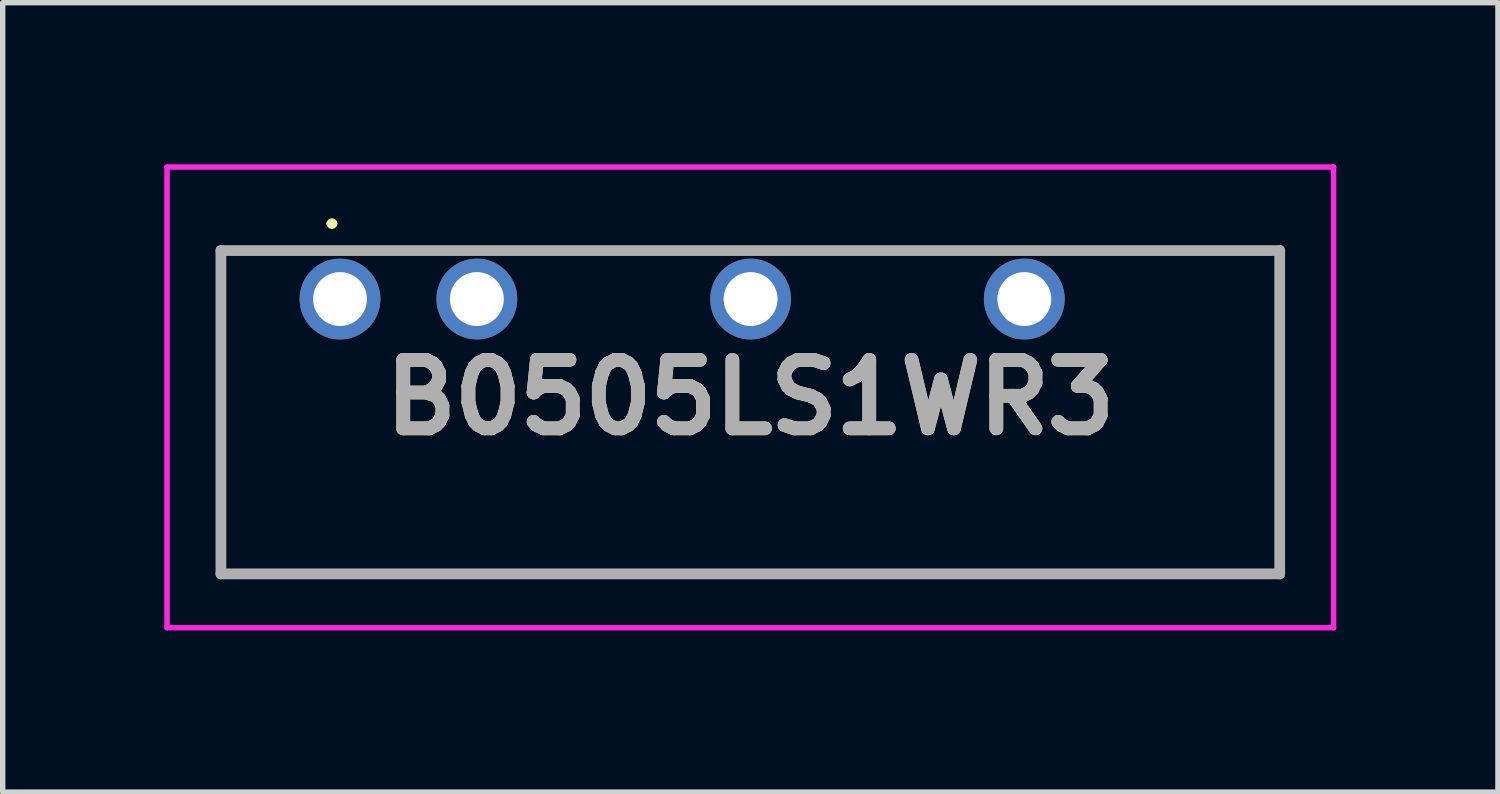
<source format=kicad_pcb>
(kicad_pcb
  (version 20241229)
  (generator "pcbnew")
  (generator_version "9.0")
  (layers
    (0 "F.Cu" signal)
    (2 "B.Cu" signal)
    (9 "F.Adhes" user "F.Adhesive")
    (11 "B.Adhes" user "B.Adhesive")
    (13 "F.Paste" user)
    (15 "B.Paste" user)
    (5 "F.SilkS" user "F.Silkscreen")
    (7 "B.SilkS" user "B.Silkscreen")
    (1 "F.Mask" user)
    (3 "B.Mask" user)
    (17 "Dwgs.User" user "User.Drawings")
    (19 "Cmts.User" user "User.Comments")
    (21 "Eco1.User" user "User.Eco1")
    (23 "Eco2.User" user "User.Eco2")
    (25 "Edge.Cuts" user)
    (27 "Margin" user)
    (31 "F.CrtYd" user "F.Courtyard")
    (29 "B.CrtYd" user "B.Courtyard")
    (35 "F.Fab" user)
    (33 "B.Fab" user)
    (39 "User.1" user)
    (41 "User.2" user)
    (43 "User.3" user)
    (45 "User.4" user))
  (footprint "B0505LS1WR3"
    (layer "F.Cu")
    (at 3.26 2.5)
    (property "Reference" "B0505LS1WR3" (at 7.615 1.825 0) (layer "F.SilkS") (effects (font (size 1.27 1.27) (thickness 0.254))))
    (attr through_hole)
    (fp_line (start -2.21 5) (end -2.2 5.1) (stroke (width 0.1) (type solid)) (layer "F.SilkS"))
    (fp_line (start -2.2 -0.9) (end -2.21 5) (stroke (width 0.1) (type solid)) (layer "F.SilkS"))
    (fp_line (start -2.2 5.1) (end 17.44 5.1) (stroke (width 0.1) (type solid)) (layer "F.SilkS"))
    (fp_line (start -0.8 -0.9) (end -2.2 -0.9) (stroke (width 0.1) (type solid)) (layer "F.SilkS"))
    (fp_line (start -0.2 -1.4) (end -0.2 -1.4) (stroke (width 0.1) (type solid)) (layer "F.SilkS"))
    (fp_line (start -0.1 -1.4) (end -0.1 -1.4) (stroke (width 0.1) (type solid)) (layer "F.SilkS"))
    (fp_line (start 17.44 5.1) (end 17.44 -0.9) (stroke (width 0.1) (type solid)) (layer "F.SilkS"))
    (fp_arc (start -0.2 -1.4) (mid -0.15 -1.45) (end -0.1 -1.4) (stroke (width 0.1) (type solid)) (layer "F.SilkS"))
    (fp_arc (start -0.1 -1.4) (mid -0.15 -1.35) (end -0.2 -1.4) (stroke (width 0.1) (type solid)) (layer "F.SilkS"))
    (fp_line (start -3.21 -2.45) (end 18.44 -2.45) (stroke (width 0.1) (type solid)) (layer "F.CrtYd"))
    (fp_line (start -3.21 6.1) (end -3.21 -2.45) (stroke (width 0.1) (type solid)) (layer "F.CrtYd"))
    (fp_line (start 18.44 -2.45) (end 18.44 6.1) (stroke (width 0.1) (type solid)) (layer "F.CrtYd"))
    (fp_line (start 18.44 6.1) (end -3.21 6.1) (stroke (width 0.1) (type solid)) (layer "F.CrtYd"))
    (fp_line (start -2.21 -0.9) (end 17.44 -0.9) (stroke (width 0.2) (type solid)) (layer "F.Fab"))
    (fp_line (start -2.21 5.1) (end -2.21 -0.9) (stroke (width 0.2) (type solid)) (layer "F.Fab"))
    (fp_line (start 17.44 -0.9) (end 17.44 5.1) (stroke (width 0.2) (type solid)) (layer "F.Fab"))
    (fp_line (start 17.44 5.1) (end -2.21 5.1) (stroke (width 0.2) (type solid)) (layer "F.Fab"))
    (fp_text user "${REFERENCE}" (at 7.615 1.825 0) (layer "F.Fab") (effects (font (size 1.27 1.27) (thickness 0.254))))
    (pad "1" thru_hole circle (at 0 0) (size 1.5 1.5) (drill 1) (layers "*.Cu" "*.Mask"))
    (pad "2" thru_hole circle (at 2.54 0) (size 1.5 1.5) (drill 1) (layers "*.Cu" "*.Mask"))
    (pad "4" thru_hole circle (at 7.62 0) (size 1.5 1.5) (drill 1) (layers "*.Cu" "*.Mask"))
    (pad "6" thru_hole circle (at 12.7 0) (size 1.5 1.5) (drill 1) (layers "*.Cu" "*.Mask")))
  (gr_rect
    (start -3 -3)
    (end 24.75 11.65)
    (stroke (width 0.1) (type default))
    (fill no)
    (layer "Edge.Cuts")))
</source>
